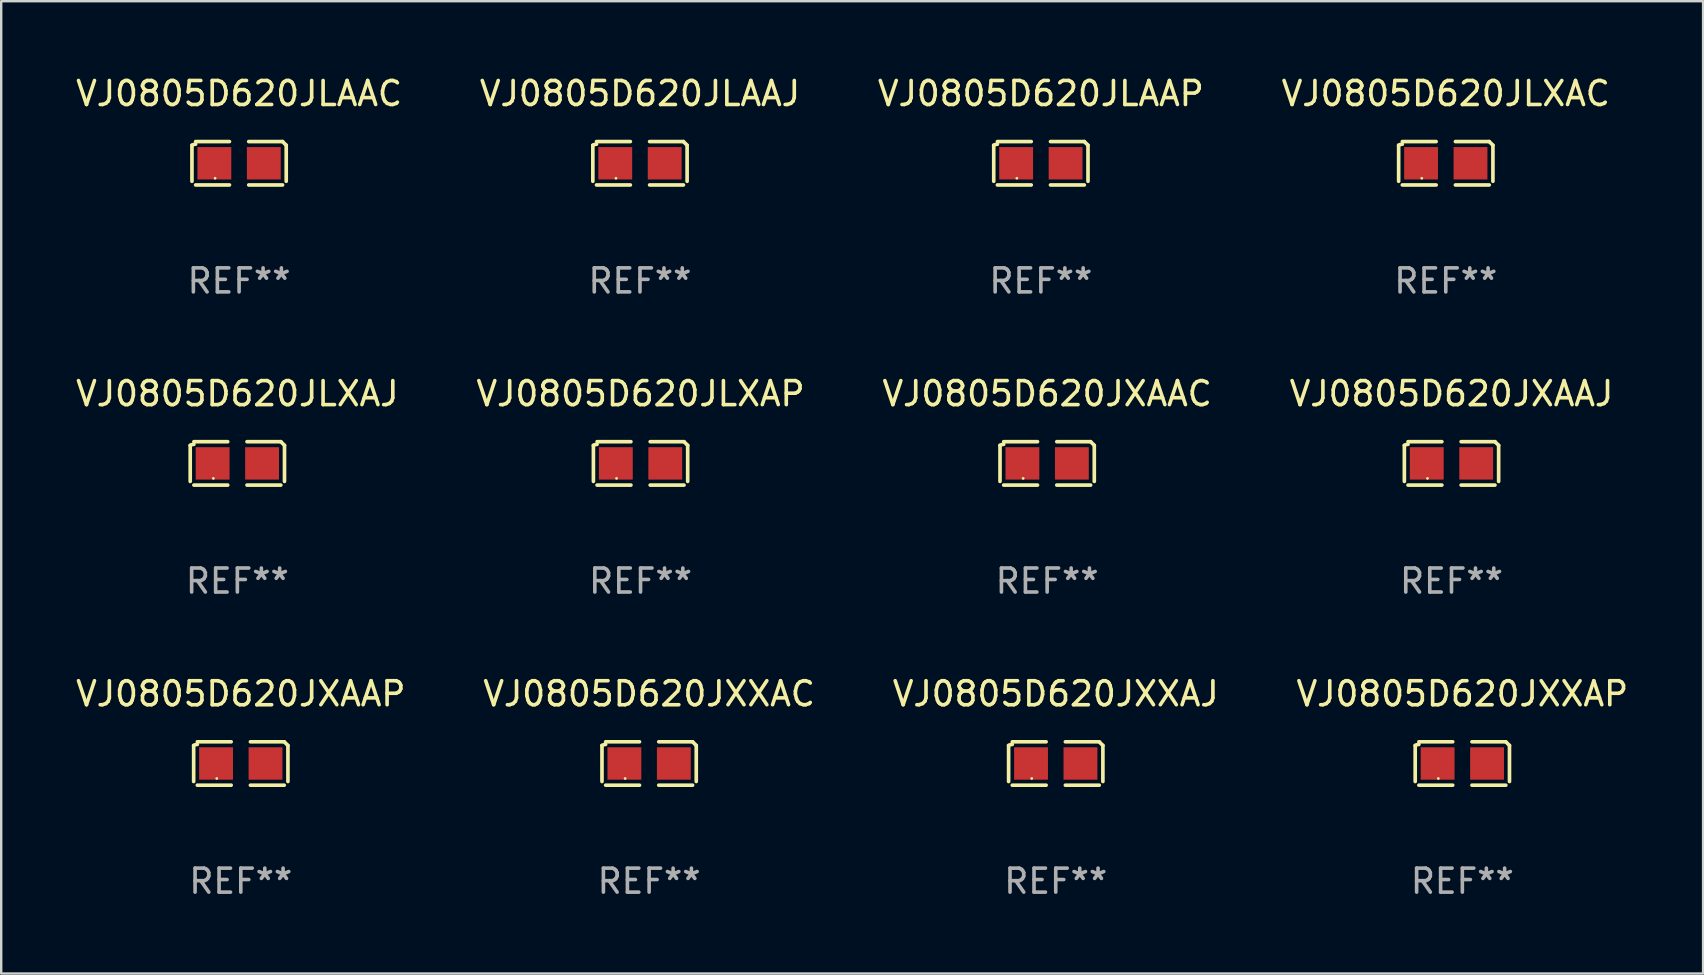
<source format=kicad_pcb>
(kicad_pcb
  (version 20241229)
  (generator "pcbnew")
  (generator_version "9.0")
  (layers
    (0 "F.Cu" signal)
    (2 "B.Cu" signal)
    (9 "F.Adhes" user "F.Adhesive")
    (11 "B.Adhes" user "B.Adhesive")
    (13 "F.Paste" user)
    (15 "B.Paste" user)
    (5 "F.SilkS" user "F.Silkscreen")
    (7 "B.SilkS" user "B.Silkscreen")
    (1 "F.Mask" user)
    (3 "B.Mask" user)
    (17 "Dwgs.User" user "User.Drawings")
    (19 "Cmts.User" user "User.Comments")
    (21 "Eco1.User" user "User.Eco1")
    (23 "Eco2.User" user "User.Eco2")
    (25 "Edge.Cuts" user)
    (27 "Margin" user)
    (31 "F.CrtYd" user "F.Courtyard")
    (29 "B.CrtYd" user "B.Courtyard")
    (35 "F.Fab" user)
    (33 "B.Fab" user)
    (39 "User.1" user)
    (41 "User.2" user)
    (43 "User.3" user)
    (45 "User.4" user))
  (footprint "VJ0805D620JLXAJ"
    (layer "F.Cu")
    (at 6.839 16.256)
    (property "Reference" "VJ0805D620JLXAJ" (at 0 -2.904 0) (layer "F.SilkS") (effects (font (size 1 1) (thickness 0.15))))
    (attr through_hole)
    (fp_line (start -1.964 0.751) (end -1.964 -0.751) (stroke (width 0.152) (type solid)) (layer "F.SilkS"))
    (fp_line (start -1.811 -0.904) (end -0.401 -0.904) (stroke (width 0.152) (type solid)) (layer "F.SilkS"))
    (fp_line (start -0.401 0.904) (end -1.811 0.904) (stroke (width 0.152) (type solid)) (layer "F.SilkS"))
    (fp_line (start 0.401 0.904) (end 1.811 0.904) (stroke (width 0.152) (type solid)) (layer "F.SilkS"))
    (fp_line (start 1.811 -0.904) (end 0.401 -0.904) (stroke (width 0.152) (type solid)) (layer "F.SilkS"))
    (fp_line (start 1.964 0.751) (end 1.964 -0.751) (stroke (width 0.152) (type solid)) (layer "F.SilkS"))
    (fp_arc (start -1.963602 -0.751207) (mid -1.890354 -0.783131) (end -1.811201 -0.794044) (stroke (width 0.1524) (type solid)) (layer "F.SilkS"))
    (fp_arc (start 1.811202 -0.903607) (mid 1.887413 -0.827418) (end 1.963602 -0.751207) (stroke (width 0.1524) (type solid)) (layer "F.SilkS"))
    (fp_circle (center -1 0.625) (end -0.97 0.625) (stroke (width 0.06) (type solid)) (fill no) (layer "F.SilkS"))
    (fp_text user "REF**" (at 0 4.904 0) (layer "F.Fab") (effects (font (size 1 1) (thickness 0.15))))
    (pad "1" smd rect (at -1.03 0) (size 1.41 1.35) (layers "F.Cu" "F.Mask" "F.Paste"))
    (pad "2" smd rect (at 1.03 0) (size 1.41 1.35) (layers "F.Cu" "F.Mask" "F.Paste")))
  (footprint "VJ0805D620JXAAJ"
    (layer "F.Cu")
    (at 57.423 16.256)
    (property "Reference" "VJ0805D620JXAAJ" (at 0 -2.904 0) (layer "F.SilkS") (effects (font (size 1 1) (thickness 0.15))))
    (attr through_hole)
    (fp_line (start -1.964 0.751) (end -1.964 -0.751) (stroke (width 0.152) (type solid)) (layer "F.SilkS"))
    (fp_line (start -1.811 -0.904) (end -0.401 -0.904) (stroke (width 0.152) (type solid)) (layer "F.SilkS"))
    (fp_line (start -0.401 0.904) (end -1.811 0.904) (stroke (width 0.152) (type solid)) (layer "F.SilkS"))
    (fp_line (start 0.401 0.904) (end 1.811 0.904) (stroke (width 0.152) (type solid)) (layer "F.SilkS"))
    (fp_line (start 1.811 -0.904) (end 0.401 -0.904) (stroke (width 0.152) (type solid)) (layer "F.SilkS"))
    (fp_line (start 1.964 0.751) (end 1.964 -0.751) (stroke (width 0.152) (type solid)) (layer "F.SilkS"))
    (fp_arc (start -1.963602 -0.751207) (mid -1.890354 -0.783131) (end -1.811201 -0.794044) (stroke (width 0.1524) (type solid)) (layer "F.SilkS"))
    (fp_arc (start 1.811202 -0.903607) (mid 1.887413 -0.827418) (end 1.963602 -0.751207) (stroke (width 0.1524) (type solid)) (layer "F.SilkS"))
    (fp_circle (center -1 0.625) (end -0.97 0.625) (stroke (width 0.06) (type solid)) (fill no) (layer "F.SilkS"))
    (fp_text user "REF**" (at 0 4.904 0) (layer "F.Fab") (effects (font (size 1 1) (thickness 0.15))))
    (pad "1" smd rect (at -1.03 0) (size 1.41 1.35) (layers "F.Cu" "F.Mask" "F.Paste"))
    (pad "2" smd rect (at 1.03 0) (size 1.41 1.35) (layers "F.Cu" "F.Mask" "F.Paste")))
  (footprint "VJ0805D620JLXAC"
    (layer "F.Cu")
    (at 57.185 3.752)
    (property "Reference" "VJ0805D620JLXAC" (at 0 -2.904 0) (layer "F.SilkS") (effects (font (size 1 1) (thickness 0.15))))
    (attr through_hole)
    (fp_line (start -1.964 0.751) (end -1.964 -0.751) (stroke (width 0.152) (type solid)) (layer "F.SilkS"))
    (fp_line (start -1.811 -0.904) (end -0.401 -0.904) (stroke (width 0.152) (type solid)) (layer "F.SilkS"))
    (fp_line (start -0.401 0.904) (end -1.811 0.904) (stroke (width 0.152) (type solid)) (layer "F.SilkS"))
    (fp_line (start 0.401 0.904) (end 1.811 0.904) (stroke (width 0.152) (type solid)) (layer "F.SilkS"))
    (fp_line (start 1.811 -0.904) (end 0.401 -0.904) (stroke (width 0.152) (type solid)) (layer "F.SilkS"))
    (fp_line (start 1.964 0.751) (end 1.964 -0.751) (stroke (width 0.152) (type solid)) (layer "F.SilkS"))
    (fp_arc (start -1.963602 -0.751207) (mid -1.890354 -0.783131) (end -1.811201 -0.794044) (stroke (width 0.1524) (type solid)) (layer "F.SilkS"))
    (fp_arc (start 1.811202 -0.903607) (mid 1.887413 -0.827418) (end 1.963602 -0.751207) (stroke (width 0.1524) (type solid)) (layer "F.SilkS"))
    (fp_circle (center -1 0.625) (end -0.97 0.625) (stroke (width 0.06) (type solid)) (fill no) (layer "F.SilkS"))
    (fp_text user "REF**" (at 0 4.904 0) (layer "F.Fab") (effects (font (size 1 1) (thickness 0.15))))
    (pad "1" smd rect (at -1.03 0) (size 1.41 1.35) (layers "F.Cu" "F.Mask" "F.Paste"))
    (pad "2" smd rect (at 1.03 0) (size 1.41 1.35) (layers "F.Cu" "F.Mask" "F.Paste")))
  (footprint "VJ0805D620JXXAC"
    (layer "F.Cu")
    (at 23.994 28.759)
    (property "Reference" "VJ0805D620JXXAC" (at 0 -2.904 0) (layer "F.SilkS") (effects (font (size 1 1) (thickness 0.15))))
    (attr through_hole)
    (fp_line (start -1.964 0.751) (end -1.964 -0.751) (stroke (width 0.152) (type solid)) (layer "F.SilkS"))
    (fp_line (start -1.811 -0.904) (end -0.401 -0.904) (stroke (width 0.152) (type solid)) (layer "F.SilkS"))
    (fp_line (start -0.401 0.904) (end -1.811 0.904) (stroke (width 0.152) (type solid)) (layer "F.SilkS"))
    (fp_line (start 0.401 0.904) (end 1.811 0.904) (stroke (width 0.152) (type solid)) (layer "F.SilkS"))
    (fp_line (start 1.811 -0.904) (end 0.401 -0.904) (stroke (width 0.152) (type solid)) (layer "F.SilkS"))
    (fp_line (start 1.964 0.751) (end 1.964 -0.751) (stroke (width 0.152) (type solid)) (layer "F.SilkS"))
    (fp_arc (start -1.963602 -0.751207) (mid -1.890354 -0.783131) (end -1.811201 -0.794044) (stroke (width 0.1524) (type solid)) (layer "F.SilkS"))
    (fp_arc (start 1.811202 -0.903607) (mid 1.887413 -0.827418) (end 1.963602 -0.751207) (stroke (width 0.1524) (type solid)) (layer "F.SilkS"))
    (fp_circle (center -1 0.625) (end -0.97 0.625) (stroke (width 0.06) (type solid)) (fill no) (layer "F.SilkS"))
    (fp_text user "REF**" (at 0 4.904 0) (layer "F.Fab") (effects (font (size 1 1) (thickness 0.15))))
    (pad "1" smd rect (at -1.03 0) (size 1.41 1.35) (layers "F.Cu" "F.Mask" "F.Paste"))
    (pad "2" smd rect (at 1.03 0) (size 1.41 1.35) (layers "F.Cu" "F.Mask" "F.Paste")))
  (footprint "VJ0805D620JLAAJ"
    (layer "F.Cu")
    (at 23.613 3.752)
    (property "Reference" "VJ0805D620JLAAJ" (at 0 -2.904 0) (layer "F.SilkS") (effects (font (size 1 1) (thickness 0.15))))
    (attr through_hole)
    (fp_line (start -1.964 0.751) (end -1.964 -0.751) (stroke (width 0.152) (type solid)) (layer "F.SilkS"))
    (fp_line (start -1.811 -0.904) (end -0.401 -0.904) (stroke (width 0.152) (type solid)) (layer "F.SilkS"))
    (fp_line (start -0.401 0.904) (end -1.811 0.904) (stroke (width 0.152) (type solid)) (layer "F.SilkS"))
    (fp_line (start 0.401 0.904) (end 1.811 0.904) (stroke (width 0.152) (type solid)) (layer "F.SilkS"))
    (fp_line (start 1.811 -0.904) (end 0.401 -0.904) (stroke (width 0.152) (type solid)) (layer "F.SilkS"))
    (fp_line (start 1.964 0.751) (end 1.964 -0.751) (stroke (width 0.152) (type solid)) (layer "F.SilkS"))
    (fp_arc (start -1.963602 -0.751207) (mid -1.890354 -0.783131) (end -1.811201 -0.794044) (stroke (width 0.1524) (type solid)) (layer "F.SilkS"))
    (fp_arc (start 1.811202 -0.903607) (mid 1.887413 -0.827418) (end 1.963602 -0.751207) (stroke (width 0.1524) (type solid)) (layer "F.SilkS"))
    (fp_circle (center -1 0.625) (end -0.97 0.625) (stroke (width 0.06) (type solid)) (fill no) (layer "F.SilkS"))
    (fp_text user "REF**" (at 0 4.904 0) (layer "F.Fab") (effects (font (size 1 1) (thickness 0.15))))
    (pad "1" smd rect (at -1.03 0) (size 1.41 1.35) (layers "F.Cu" "F.Mask" "F.Paste"))
    (pad "2" smd rect (at 1.03 0) (size 1.41 1.35) (layers "F.Cu" "F.Mask" "F.Paste")))
  (footprint "VJ0805D620JLXAP"
    (layer "F.Cu")
    (at 23.637 16.256)
    (property "Reference" "VJ0805D620JLXAP" (at 0 -2.904 0) (layer "F.SilkS") (effects (font (size 1 1) (thickness 0.15))))
    (attr through_hole)
    (fp_line (start -1.964 0.751) (end -1.964 -0.751) (stroke (width 0.152) (type solid)) (layer "F.SilkS"))
    (fp_line (start -1.811 -0.904) (end -0.401 -0.904) (stroke (width 0.152) (type solid)) (layer "F.SilkS"))
    (fp_line (start -0.401 0.904) (end -1.811 0.904) (stroke (width 0.152) (type solid)) (layer "F.SilkS"))
    (fp_line (start 0.401 0.904) (end 1.811 0.904) (stroke (width 0.152) (type solid)) (layer "F.SilkS"))
    (fp_line (start 1.811 -0.904) (end 0.401 -0.904) (stroke (width 0.152) (type solid)) (layer "F.SilkS"))
    (fp_line (start 1.964 0.751) (end 1.964 -0.751) (stroke (width 0.152) (type solid)) (layer "F.SilkS"))
    (fp_arc (start -1.963602 -0.751207) (mid -1.890354 -0.783131) (end -1.811201 -0.794044) (stroke (width 0.1524) (type solid)) (layer "F.SilkS"))
    (fp_arc (start 1.811202 -0.903607) (mid 1.887413 -0.827418) (end 1.963602 -0.751207) (stroke (width 0.1524) (type solid)) (layer "F.SilkS"))
    (fp_circle (center -1 0.625) (end -0.97 0.625) (stroke (width 0.06) (type solid)) (fill no) (layer "F.SilkS"))
    (fp_text user "REF**" (at 0 4.904 0) (layer "F.Fab") (effects (font (size 1 1) (thickness 0.15))))
    (pad "1" smd rect (at -1.03 0) (size 1.41 1.35) (layers "F.Cu" "F.Mask" "F.Paste"))
    (pad "2" smd rect (at 1.03 0) (size 1.41 1.35) (layers "F.Cu" "F.Mask" "F.Paste")))
  (footprint "VJ0805D620JXAAC"
    (layer "F.Cu")
    (at 40.577 16.256)
    (property "Reference" "VJ0805D620JXAAC" (at 0 -2.904 0) (layer "F.SilkS") (effects (font (size 1 1) (thickness 0.15))))
    (attr through_hole)
    (fp_line (start -1.964 0.751) (end -1.964 -0.751) (stroke (width 0.152) (type solid)) (layer "F.SilkS"))
    (fp_line (start -1.811 -0.904) (end -0.401 -0.904) (stroke (width 0.152) (type solid)) (layer "F.SilkS"))
    (fp_line (start -0.401 0.904) (end -1.811 0.904) (stroke (width 0.152) (type solid)) (layer "F.SilkS"))
    (fp_line (start 0.401 0.904) (end 1.811 0.904) (stroke (width 0.152) (type solid)) (layer "F.SilkS"))
    (fp_line (start 1.811 -0.904) (end 0.401 -0.904) (stroke (width 0.152) (type solid)) (layer "F.SilkS"))
    (fp_line (start 1.964 0.751) (end 1.964 -0.751) (stroke (width 0.152) (type solid)) (layer "F.SilkS"))
    (fp_arc (start -1.963602 -0.751207) (mid -1.890354 -0.783131) (end -1.811201 -0.794044) (stroke (width 0.1524) (type solid)) (layer "F.SilkS"))
    (fp_arc (start 1.811202 -0.903607) (mid 1.887413 -0.827418) (end 1.963602 -0.751207) (stroke (width 0.1524) (type solid)) (layer "F.SilkS"))
    (fp_circle (center -1 0.625) (end -0.97 0.625) (stroke (width 0.06) (type solid)) (fill no) (layer "F.SilkS"))
    (fp_text user "REF**" (at 0 4.904 0) (layer "F.Fab") (effects (font (size 1 1) (thickness 0.15))))
    (pad "1" smd rect (at -1.03 0) (size 1.41 1.35) (layers "F.Cu" "F.Mask" "F.Paste"))
    (pad "2" smd rect (at 1.03 0) (size 1.41 1.35) (layers "F.Cu" "F.Mask" "F.Paste")))
  (footprint "VJ0805D620JXAAP"
    (layer "F.Cu")
    (at 6.982 28.759)
    (property "Reference" "VJ0805D620JXAAP" (at 0 -2.904 0) (layer "F.SilkS") (effects (font (size 1 1) (thickness 0.15))))
    (attr through_hole)
    (fp_line (start -1.964 0.751) (end -1.964 -0.751) (stroke (width 0.152) (type solid)) (layer "F.SilkS"))
    (fp_line (start -1.811 -0.904) (end -0.401 -0.904) (stroke (width 0.152) (type solid)) (layer "F.SilkS"))
    (fp_line (start -0.401 0.904) (end -1.811 0.904) (stroke (width 0.152) (type solid)) (layer "F.SilkS"))
    (fp_line (start 0.401 0.904) (end 1.811 0.904) (stroke (width 0.152) (type solid)) (layer "F.SilkS"))
    (fp_line (start 1.811 -0.904) (end 0.401 -0.904) (stroke (width 0.152) (type solid)) (layer "F.SilkS"))
    (fp_line (start 1.964 0.751) (end 1.964 -0.751) (stroke (width 0.152) (type solid)) (layer "F.SilkS"))
    (fp_arc (start -1.963602 -0.751207) (mid -1.890354 -0.783131) (end -1.811201 -0.794044) (stroke (width 0.1524) (type solid)) (layer "F.SilkS"))
    (fp_arc (start 1.811202 -0.903607) (mid 1.887413 -0.827418) (end 1.963602 -0.751207) (stroke (width 0.1524) (type solid)) (layer "F.SilkS"))
    (fp_circle (center -1 0.625) (end -0.97 0.625) (stroke (width 0.06) (type solid)) (fill no) (layer "F.SilkS"))
    (fp_text user "REF**" (at 0 4.904 0) (layer "F.Fab") (effects (font (size 1 1) (thickness 0.15))))
    (pad "1" smd rect (at -1.03 0) (size 1.41 1.35) (layers "F.Cu" "F.Mask" "F.Paste"))
    (pad "2" smd rect (at 1.03 0) (size 1.41 1.35) (layers "F.Cu" "F.Mask" "F.Paste")))
  (footprint "VJ0805D620JXXAP"
    (layer "F.Cu")
    (at 57.875 28.759)
    (property "Reference" "VJ0805D620JXXAP" (at 0 -2.904 0) (layer "F.SilkS") (effects (font (size 1 1) (thickness 0.15))))
    (attr through_hole)
    (fp_line (start -1.964 0.751) (end -1.964 -0.751) (stroke (width 0.152) (type solid)) (layer "F.SilkS"))
    (fp_line (start -1.811 -0.904) (end -0.401 -0.904) (stroke (width 0.152) (type solid)) (layer "F.SilkS"))
    (fp_line (start -0.401 0.904) (end -1.811 0.904) (stroke (width 0.152) (type solid)) (layer "F.SilkS"))
    (fp_line (start 0.401 0.904) (end 1.811 0.904) (stroke (width 0.152) (type solid)) (layer "F.SilkS"))
    (fp_line (start 1.811 -0.904) (end 0.401 -0.904) (stroke (width 0.152) (type solid)) (layer "F.SilkS"))
    (fp_line (start 1.964 0.751) (end 1.964 -0.751) (stroke (width 0.152) (type solid)) (layer "F.SilkS"))
    (fp_arc (start -1.963602 -0.751207) (mid -1.890354 -0.783131) (end -1.811201 -0.794044) (stroke (width 0.1524) (type solid)) (layer "F.SilkS"))
    (fp_arc (start 1.811202 -0.903607) (mid 1.887413 -0.827418) (end 1.963602 -0.751207) (stroke (width 0.1524) (type solid)) (layer "F.SilkS"))
    (fp_circle (center -1 0.625) (end -0.97 0.625) (stroke (width 0.06) (type solid)) (fill no) (layer "F.SilkS"))
    (fp_text user "REF**" (at 0 4.904 0) (layer "F.Fab") (effects (font (size 1 1) (thickness 0.15))))
    (pad "1" smd rect (at -1.03 0) (size 1.41 1.35) (layers "F.Cu" "F.Mask" "F.Paste"))
    (pad "2" smd rect (at 1.03 0) (size 1.41 1.35) (layers "F.Cu" "F.Mask" "F.Paste")))
  (footprint "VJ0805D620JLAAP"
    (layer "F.Cu")
    (at 40.315 3.752)
    (property "Reference" "VJ0805D620JLAAP" (at 0 -2.904 0) (layer "F.SilkS") (effects (font (size 1 1) (thickness 0.15))))
    (attr through_hole)
    (fp_line (start -1.964 0.751) (end -1.964 -0.751) (stroke (width 0.152) (type solid)) (layer "F.SilkS"))
    (fp_line (start -1.811 -0.904) (end -0.401 -0.904) (stroke (width 0.152) (type solid)) (layer "F.SilkS"))
    (fp_line (start -0.401 0.904) (end -1.811 0.904) (stroke (width 0.152) (type solid)) (layer "F.SilkS"))
    (fp_line (start 0.401 0.904) (end 1.811 0.904) (stroke (width 0.152) (type solid)) (layer "F.SilkS"))
    (fp_line (start 1.811 -0.904) (end 0.401 -0.904) (stroke (width 0.152) (type solid)) (layer "F.SilkS"))
    (fp_line (start 1.964 0.751) (end 1.964 -0.751) (stroke (width 0.152) (type solid)) (layer "F.SilkS"))
    (fp_arc (start -1.963602 -0.751207) (mid -1.890354 -0.783131) (end -1.811201 -0.794044) (stroke (width 0.1524) (type solid)) (layer "F.SilkS"))
    (fp_arc (start 1.811202 -0.903607) (mid 1.887413 -0.827418) (end 1.963602 -0.751207) (stroke (width 0.1524) (type solid)) (layer "F.SilkS"))
    (fp_circle (center -1 0.625) (end -0.97 0.625) (stroke (width 0.06) (type solid)) (fill no) (layer "F.SilkS"))
    (fp_text user "REF**" (at 0 4.904 0) (layer "F.Fab") (effects (font (size 1 1) (thickness 0.15))))
    (pad "1" smd rect (at -1.03 0) (size 1.41 1.35) (layers "F.Cu" "F.Mask" "F.Paste"))
    (pad "2" smd rect (at 1.03 0) (size 1.41 1.35) (layers "F.Cu" "F.Mask" "F.Paste")))
  (footprint "VJ0805D620JXXAJ"
    (layer "F.Cu")
    (at 40.935 28.759)
    (property "Reference" "VJ0805D620JXXAJ" (at 0 -2.904 0) (layer "F.SilkS") (effects (font (size 1 1) (thickness 0.15))))
    (attr through_hole)
    (fp_line (start -1.964 0.751) (end -1.964 -0.751) (stroke (width 0.152) (type solid)) (layer "F.SilkS"))
    (fp_line (start -1.811 -0.904) (end -0.401 -0.904) (stroke (width 0.152) (type solid)) (layer "F.SilkS"))
    (fp_line (start -0.401 0.904) (end -1.811 0.904) (stroke (width 0.152) (type solid)) (layer "F.SilkS"))
    (fp_line (start 0.401 0.904) (end 1.811 0.904) (stroke (width 0.152) (type solid)) (layer "F.SilkS"))
    (fp_line (start 1.811 -0.904) (end 0.401 -0.904) (stroke (width 0.152) (type solid)) (layer "F.SilkS"))
    (fp_line (start 1.964 0.751) (end 1.964 -0.751) (stroke (width 0.152) (type solid)) (layer "F.SilkS"))
    (fp_arc (start -1.963602 -0.751207) (mid -1.890354 -0.783131) (end -1.811201 -0.794044) (stroke (width 0.1524) (type solid)) (layer "F.SilkS"))
    (fp_arc (start 1.811202 -0.903607) (mid 1.887413 -0.827418) (end 1.963602 -0.751207) (stroke (width 0.1524) (type solid)) (layer "F.SilkS"))
    (fp_circle (center -1 0.625) (end -0.97 0.625) (stroke (width 0.06) (type solid)) (fill no) (layer "F.SilkS"))
    (fp_text user "REF**" (at 0 4.904 0) (layer "F.Fab") (effects (font (size 1 1) (thickness 0.15))))
    (pad "1" smd rect (at -1.03 0) (size 1.41 1.35) (layers "F.Cu" "F.Mask" "F.Paste"))
    (pad "2" smd rect (at 1.03 0) (size 1.41 1.35) (layers "F.Cu" "F.Mask" "F.Paste")))
  (footprint "VJ0805D620JLAAC"
    (layer "F.Cu")
    (at 6.911 3.752)
    (property "Reference" "VJ0805D620JLAAC" (at 0 -2.904 0) (layer "F.SilkS") (effects (font (size 1 1) (thickness 0.15))))
    (attr through_hole)
    (fp_line (start -1.964 0.751) (end -1.964 -0.751) (stroke (width 0.152) (type solid)) (layer "F.SilkS"))
    (fp_line (start -1.811 -0.904) (end -0.401 -0.904) (stroke (width 0.152) (type solid)) (layer "F.SilkS"))
    (fp_line (start -0.401 0.904) (end -1.811 0.904) (stroke (width 0.152) (type solid)) (layer "F.SilkS"))
    (fp_line (start 0.401 0.904) (end 1.811 0.904) (stroke (width 0.152) (type solid)) (layer "F.SilkS"))
    (fp_line (start 1.811 -0.904) (end 0.401 -0.904) (stroke (width 0.152) (type solid)) (layer "F.SilkS"))
    (fp_line (start 1.964 0.751) (end 1.964 -0.751) (stroke (width 0.152) (type solid)) (layer "F.SilkS"))
    (fp_arc (start -1.963602 -0.751207) (mid -1.890354 -0.783131) (end -1.811201 -0.794044) (stroke (width 0.1524) (type solid)) (layer "F.SilkS"))
    (fp_arc (start 1.811202 -0.903607) (mid 1.887413 -0.827418) (end 1.963602 -0.751207) (stroke (width 0.1524) (type solid)) (layer "F.SilkS"))
    (fp_circle (center -1 0.625) (end -0.97 0.625) (stroke (width 0.06) (type solid)) (fill no) (layer "F.SilkS"))
    (fp_text user "REF**" (at 0 4.904 0) (layer "F.Fab") (effects (font (size 1 1) (thickness 0.15))))
    (pad "1" smd rect (at -1.03 0) (size 1.41 1.35) (layers "F.Cu" "F.Mask" "F.Paste"))
    (pad "2" smd rect (at 1.03 0) (size 1.41 1.35) (layers "F.Cu" "F.Mask" "F.Paste")))
  (gr_rect
    (start -3 -3)
    (end 67.905 37.511)
    (stroke (width 0.1) (type default))
    (fill no)
    (layer "Edge.Cuts")))
</source>
